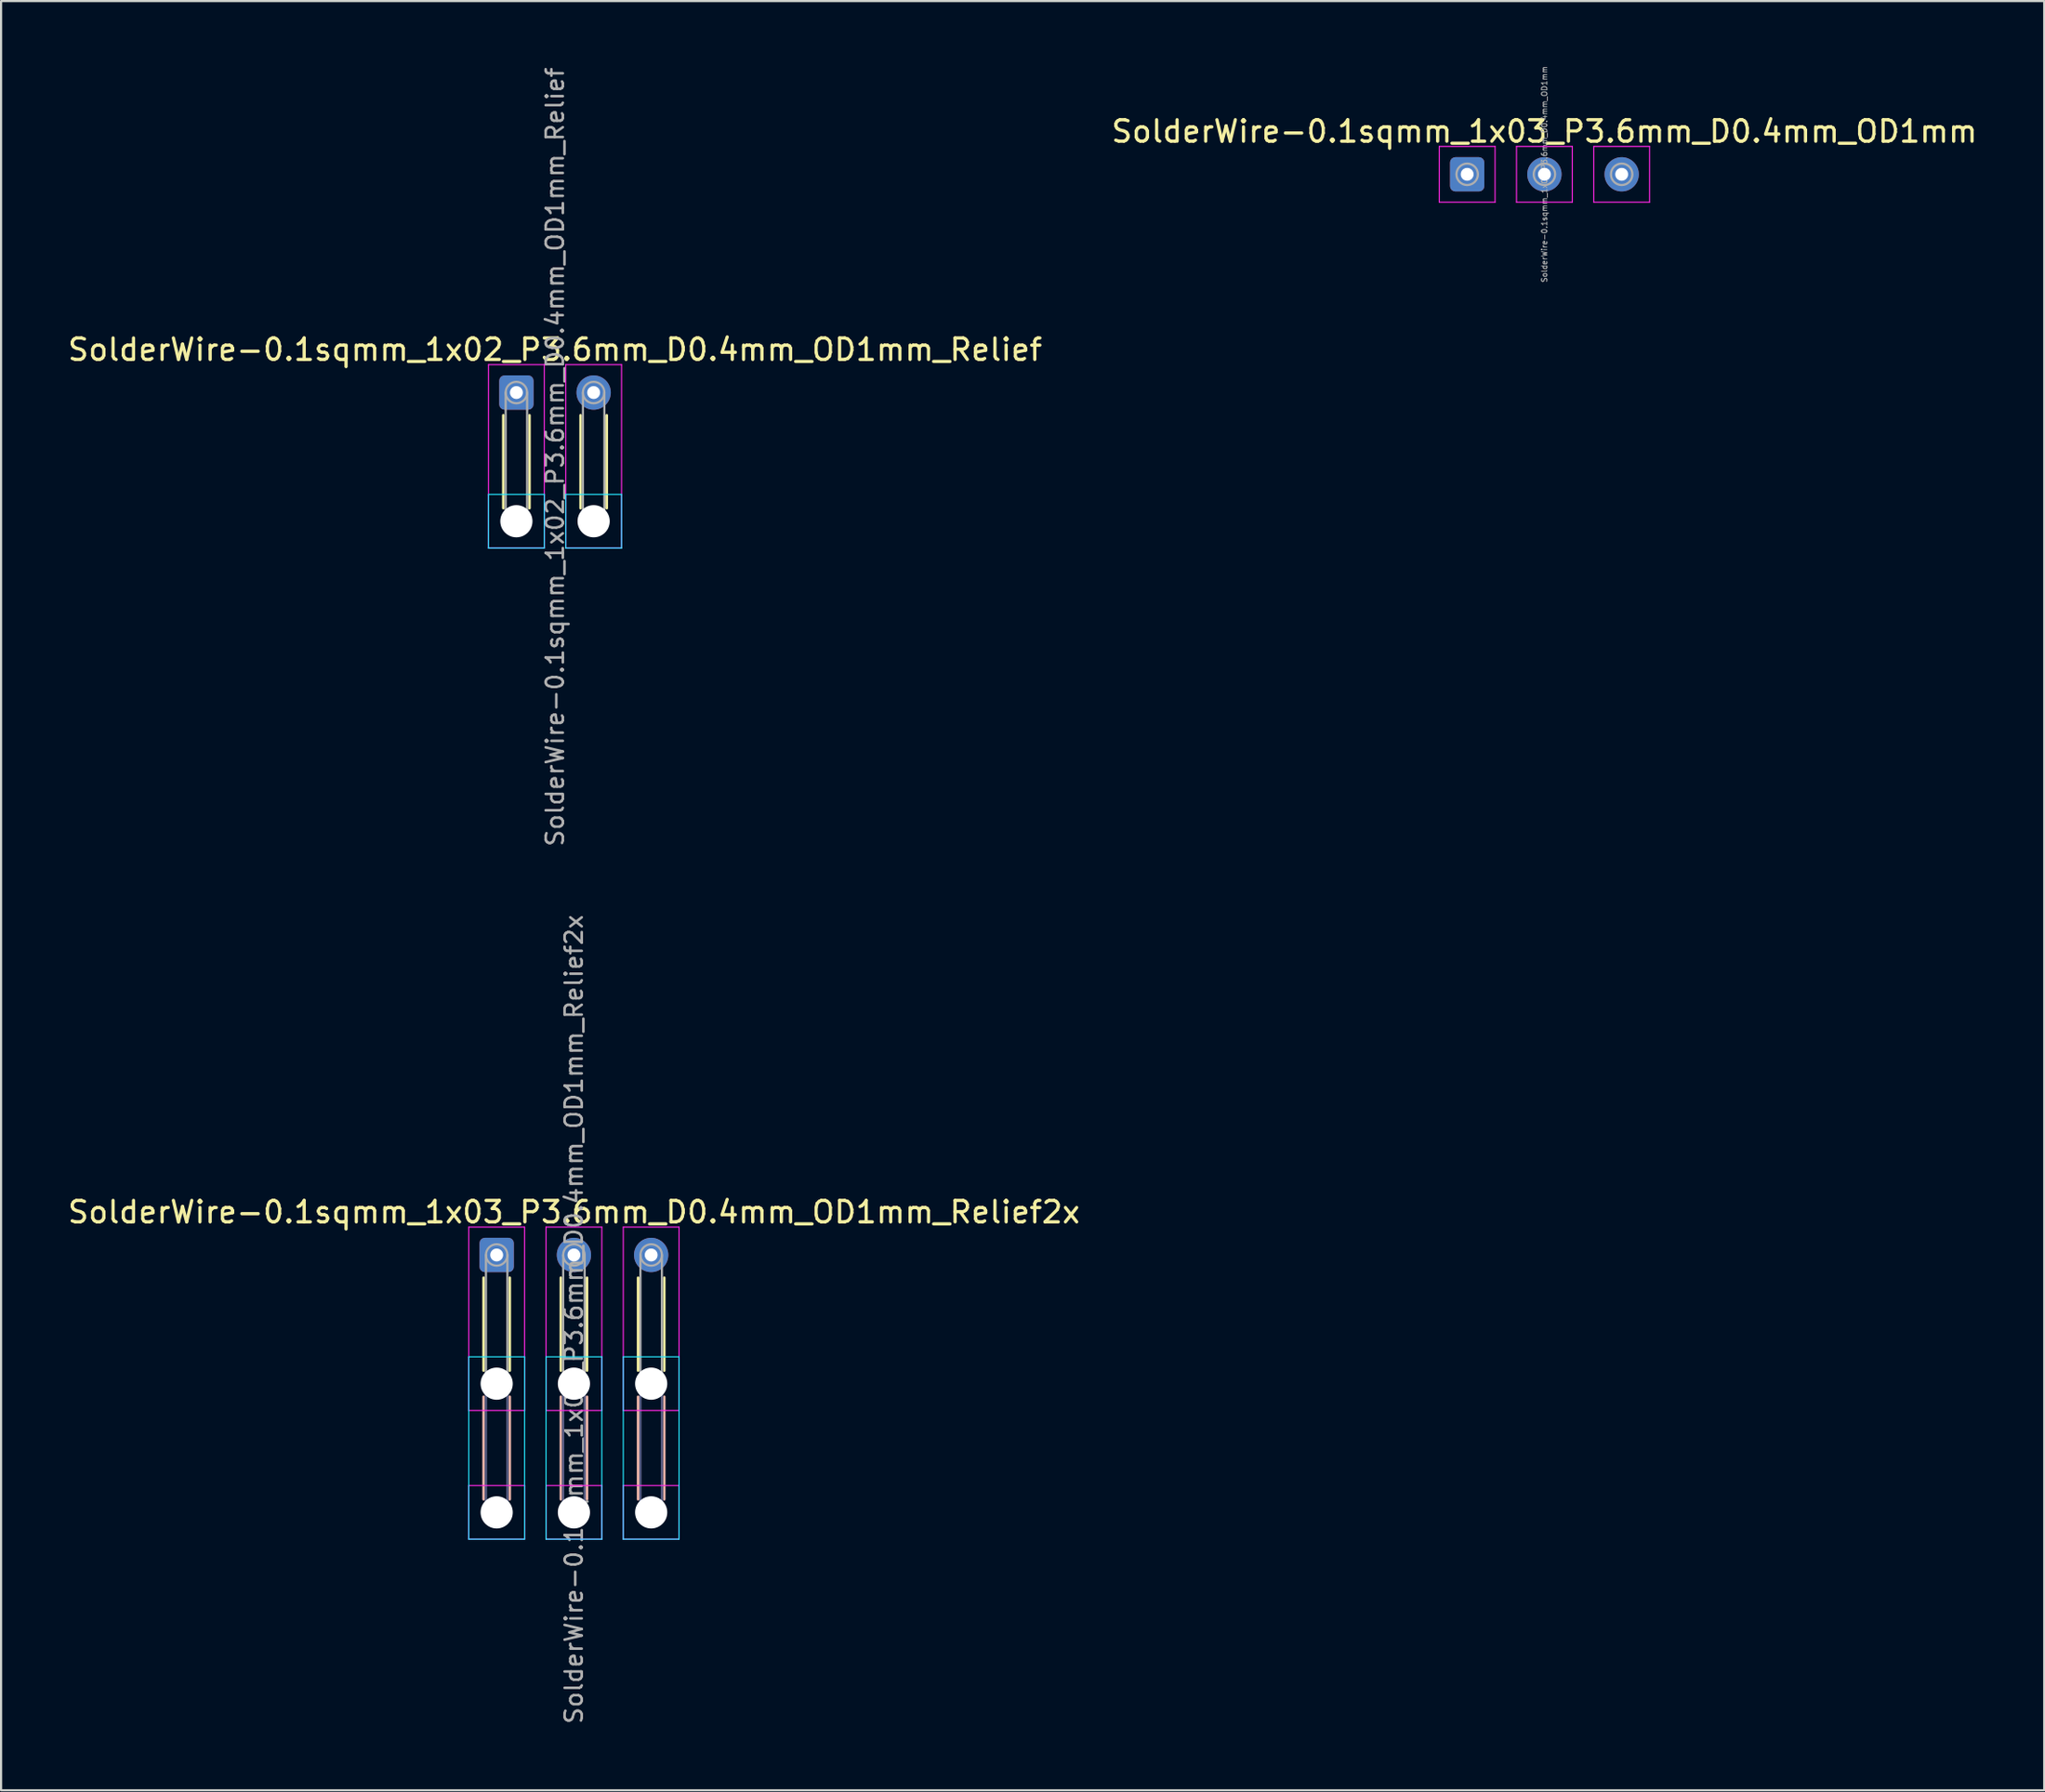
<source format=kicad_pcb>
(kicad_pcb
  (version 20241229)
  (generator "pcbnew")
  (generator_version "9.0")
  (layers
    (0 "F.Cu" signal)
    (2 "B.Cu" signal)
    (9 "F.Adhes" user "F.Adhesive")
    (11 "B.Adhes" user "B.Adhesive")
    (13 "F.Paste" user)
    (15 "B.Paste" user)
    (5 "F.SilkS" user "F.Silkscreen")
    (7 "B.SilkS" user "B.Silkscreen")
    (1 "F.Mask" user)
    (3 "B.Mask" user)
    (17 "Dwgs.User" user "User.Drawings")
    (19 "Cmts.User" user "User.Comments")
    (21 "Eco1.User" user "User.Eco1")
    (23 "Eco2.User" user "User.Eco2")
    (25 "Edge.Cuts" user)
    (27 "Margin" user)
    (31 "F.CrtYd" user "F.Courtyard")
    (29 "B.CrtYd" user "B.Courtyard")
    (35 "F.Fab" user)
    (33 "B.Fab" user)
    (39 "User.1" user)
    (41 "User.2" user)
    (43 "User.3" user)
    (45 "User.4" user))
  (footprint "SolderWire-0.1sqmm_1x03_P3.6mm_D0.4mm_OD1mm_Relief2x"
    (layer "F.Cu")
    (at 20.096 55.462)
    (property "Reference" "SolderWire-0.1sqmm_1x03_P3.6mm_D0.4mm_OD1mm_Relief2x" (at 3.6 -2 0) (layer "F.SilkS") (effects (font (size 1 1) (thickness 0.15))))
    (attr exclude_from_pos_files exclude_from_bom)
    (fp_line (start -0.61 1.06) (end -0.61 5.39) (stroke (width 0.12) (type solid)) (layer "F.SilkS"))
    (fp_line (start 0.61 1.06) (end 0.61 5.39) (stroke (width 0.12) (type solid)) (layer "F.SilkS"))
    (fp_line (start 2.99 1.06) (end 2.99 5.39) (stroke (width 0.12) (type solid)) (layer "F.SilkS"))
    (fp_line (start 4.21 1.06) (end 4.21 5.39) (stroke (width 0.12) (type solid)) (layer "F.SilkS"))
    (fp_line (start 6.59 1.06) (end 6.59 5.39) (stroke (width 0.12) (type solid)) (layer "F.SilkS"))
    (fp_line (start 7.81 1.06) (end 7.81 5.39) (stroke (width 0.12) (type solid)) (layer "F.SilkS"))
    (fp_line (start -0.61 6.61) (end -0.61 11.39) (stroke (width 0.12) (type solid)) (layer "B.SilkS"))
    (fp_line (start 0.61 6.61) (end 0.61 11.39) (stroke (width 0.12) (type solid)) (layer "B.SilkS"))
    (fp_line (start 2.99 6.61) (end 2.99 11.39) (stroke (width 0.12) (type solid)) (layer "B.SilkS"))
    (fp_line (start 4.21 6.61) (end 4.21 11.39) (stroke (width 0.12) (type solid)) (layer "B.SilkS"))
    (fp_line (start 6.59 6.61) (end 6.59 11.39) (stroke (width 0.12) (type solid)) (layer "B.SilkS"))
    (fp_line (start 7.81 6.61) (end 7.81 11.39) (stroke (width 0.12) (type solid)) (layer "B.SilkS"))
    (fp_line (start -1.3 4.75) (end -1.3 13.25) (stroke (width 0.05) (type solid)) (layer "B.CrtYd"))
    (fp_line (start -1.3 13.25) (end 1.3 13.25) (stroke (width 0.05) (type solid)) (layer "B.CrtYd"))
    (fp_line (start 1.3 4.75) (end -1.3 4.75) (stroke (width 0.05) (type solid)) (layer "B.CrtYd"))
    (fp_line (start 1.3 13.25) (end 1.3 4.75) (stroke (width 0.05) (type solid)) (layer "B.CrtYd"))
    (fp_line (start 2.3 4.75) (end 2.3 13.25) (stroke (width 0.05) (type solid)) (layer "B.CrtYd"))
    (fp_line (start 2.3 13.25) (end 4.9 13.25) (stroke (width 0.05) (type solid)) (layer "B.CrtYd"))
    (fp_line (start 4.9 4.75) (end 2.3 4.75) (stroke (width 0.05) (type solid)) (layer "B.CrtYd"))
    (fp_line (start 4.9 13.25) (end 4.9 4.75) (stroke (width 0.05) (type solid)) (layer "B.CrtYd"))
    (fp_line (start 5.9 4.75) (end 5.9 13.25) (stroke (width 0.05) (type solid)) (layer "B.CrtYd"))
    (fp_line (start 5.9 13.25) (end 8.5 13.25) (stroke (width 0.05) (type solid)) (layer "B.CrtYd"))
    (fp_line (start 8.5 4.75) (end 5.9 4.75) (stroke (width 0.05) (type solid)) (layer "B.CrtYd"))
    (fp_line (start 8.5 13.25) (end 8.5 4.75) (stroke (width 0.05) (type solid)) (layer "B.CrtYd"))
    (fp_line (start -1.3 -1.3) (end -1.3 7.25) (stroke (width 0.05) (type solid)) (layer "F.CrtYd"))
    (fp_line (start -1.3 7.25) (end 1.3 7.25) (stroke (width 0.05) (type solid)) (layer "F.CrtYd"))
    (fp_line (start -1.3 10.75) (end -1.3 13.25) (stroke (width 0.05) (type solid)) (layer "F.CrtYd"))
    (fp_line (start -1.3 13.25) (end 1.3 13.25) (stroke (width 0.05) (type solid)) (layer "F.CrtYd"))
    (fp_line (start 1.3 -1.3) (end -1.3 -1.3) (stroke (width 0.05) (type solid)) (layer "F.CrtYd"))
    (fp_line (start 1.3 7.25) (end 1.3 -1.3) (stroke (width 0.05) (type solid)) (layer "F.CrtYd"))
    (fp_line (start 1.3 10.75) (end -1.3 10.75) (stroke (width 0.05) (type solid)) (layer "F.CrtYd"))
    (fp_line (start 1.3 13.25) (end 1.3 10.75) (stroke (width 0.05) (type solid)) (layer "F.CrtYd"))
    (fp_line (start 2.3 -1.3) (end 2.3 7.25) (stroke (width 0.05) (type solid)) (layer "F.CrtYd"))
    (fp_line (start 2.3 7.25) (end 4.9 7.25) (stroke (width 0.05) (type solid)) (layer "F.CrtYd"))
    (fp_line (start 2.3 10.75) (end 2.3 13.25) (stroke (width 0.05) (type solid)) (layer "F.CrtYd"))
    (fp_line (start 2.3 13.25) (end 4.9 13.25) (stroke (width 0.05) (type solid)) (layer "F.CrtYd"))
    (fp_line (start 4.9 -1.3) (end 2.3 -1.3) (stroke (width 0.05) (type solid)) (layer "F.CrtYd"))
    (fp_line (start 4.9 7.25) (end 4.9 -1.3) (stroke (width 0.05) (type solid)) (layer "F.CrtYd"))
    (fp_line (start 4.9 10.75) (end 2.3 10.75) (stroke (width 0.05) (type solid)) (layer "F.CrtYd"))
    (fp_line (start 4.9 13.25) (end 4.9 10.75) (stroke (width 0.05) (type solid)) (layer "F.CrtYd"))
    (fp_line (start 5.9 -1.3) (end 5.9 7.25) (stroke (width 0.05) (type solid)) (layer "F.CrtYd"))
    (fp_line (start 5.9 7.25) (end 8.5 7.25) (stroke (width 0.05) (type solid)) (layer "F.CrtYd"))
    (fp_line (start 5.9 10.75) (end 5.9 13.25) (stroke (width 0.05) (type solid)) (layer "F.CrtYd"))
    (fp_line (start 5.9 13.25) (end 8.5 13.25) (stroke (width 0.05) (type solid)) (layer "F.CrtYd"))
    (fp_line (start 8.5 -1.3) (end 5.9 -1.3) (stroke (width 0.05) (type solid)) (layer "F.CrtYd"))
    (fp_line (start 8.5 7.25) (end 8.5 -1.3) (stroke (width 0.05) (type solid)) (layer "F.CrtYd"))
    (fp_line (start 8.5 10.75) (end 5.9 10.75) (stroke (width 0.05) (type solid)) (layer "F.CrtYd"))
    (fp_line (start 8.5 13.25) (end 8.5 10.75) (stroke (width 0.05) (type solid)) (layer "F.CrtYd"))
    (fp_line (start -0.5 6) (end -0.5 12) (stroke (width 0.1) (type solid)) (layer "B.Fab"))
    (fp_line (start 0.5 6) (end 0.5 12) (stroke (width 0.1) (type solid)) (layer "B.Fab"))
    (fp_line (start 3.1 6) (end 3.1 12) (stroke (width 0.1) (type solid)) (layer "B.Fab"))
    (fp_line (start 4.1 6) (end 4.1 12) (stroke (width 0.1) (type solid)) (layer "B.Fab"))
    (fp_line (start 6.7 6) (end 6.7 12) (stroke (width 0.1) (type solid)) (layer "B.Fab"))
    (fp_line (start 7.7 6) (end 7.7 12) (stroke (width 0.1) (type solid)) (layer "B.Fab"))
    (fp_circle (center 0 6) (end 0.5 6) (stroke (width 0.1) (type solid)) (fill no) (layer "B.Fab"))
    (fp_circle (center 0 12) (end 0.5 12) (stroke (width 0.1) (type solid)) (fill no) (layer "B.Fab"))
    (fp_circle (center 3.6 6) (end 4.1 6) (stroke (width 0.1) (type solid)) (fill no) (layer "B.Fab"))
    (fp_circle (center 3.6 12) (end 4.1 12) (stroke (width 0.1) (type solid)) (fill no) (layer "B.Fab"))
    (fp_circle (center 7.2 6) (end 7.7 6) (stroke (width 0.1) (type solid)) (fill no) (layer "B.Fab"))
    (fp_circle (center 7.2 12) (end 7.7 12) (stroke (width 0.1) (type solid)) (fill no) (layer "B.Fab"))
    (fp_line (start -0.5 0) (end -0.5 6) (stroke (width 0.1) (type solid)) (layer "F.Fab"))
    (fp_line (start 0.5 0) (end 0.5 6) (stroke (width 0.1) (type solid)) (layer "F.Fab"))
    (fp_line (start 3.1 0) (end 3.1 6) (stroke (width 0.1) (type solid)) (layer "F.Fab"))
    (fp_line (start 4.1 0) (end 4.1 6) (stroke (width 0.1) (type solid)) (layer "F.Fab"))
    (fp_line (start 6.7 0) (end 6.7 6) (stroke (width 0.1) (type solid)) (layer "F.Fab"))
    (fp_line (start 7.7 0) (end 7.7 6) (stroke (width 0.1) (type solid)) (layer "F.Fab"))
    (fp_circle (center 0 0) (end 0.5 0) (stroke (width 0.1) (type solid)) (fill no) (layer "F.Fab"))
    (fp_circle (center 0 6) (end 0.5 6) (stroke (width 0.1) (type solid)) (fill no) (layer "F.Fab"))
    (fp_circle (center 0 12) (end 0.5 12) (stroke (width 0.1) (type solid)) (fill no) (layer "F.Fab"))
    (fp_circle (center 3.6 0) (end 4.1 0) (stroke (width 0.1) (type solid)) (fill no) (layer "F.Fab"))
    (fp_circle (center 3.6 6) (end 4.1 6) (stroke (width 0.1) (type solid)) (fill no) (layer "F.Fab"))
    (fp_circle (center 3.6 12) (end 4.1 12) (stroke (width 0.1) (type solid)) (fill no) (layer "F.Fab"))
    (fp_circle (center 7.2 0) (end 7.7 0) (stroke (width 0.1) (type solid)) (fill no) (layer "F.Fab"))
    (fp_circle (center 7.2 6) (end 7.7 6) (stroke (width 0.1) (type solid)) (fill no) (layer "F.Fab"))
    (fp_circle (center 7.2 12) (end 7.7 12) (stroke (width 0.1) (type solid)) (fill no) (layer "F.Fab"))
    (fp_text user "${REFERENCE}" (at 3.6 3 90) (layer "F.Fab") (effects (font (size 0.8 0.8) (thickness 0.12))))
    (pad "" np_thru_hole circle (at 0 6) (size 1.5 1.5) (drill 1.5) (layers "*.Cu" "*.Mask"))
    (pad "" np_thru_hole circle (at 0 12) (size 1.5 1.5) (drill 1.5) (layers "*.Cu" "*.Mask"))
    (pad "" np_thru_hole circle (at 3.6 6) (size 1.5 1.5) (drill 1.5) (layers "*.Cu" "*.Mask"))
    (pad "" np_thru_hole circle (at 3.6 12) (size 1.5 1.5) (drill 1.5) (layers "*.Cu" "*.Mask"))
    (pad "" np_thru_hole circle (at 7.2 6) (size 1.5 1.5) (drill 1.5) (layers "*.Cu" "*.Mask"))
    (pad "" np_thru_hole circle (at 7.2 12) (size 1.5 1.5) (drill 1.5) (layers "*.Cu" "*.Mask"))
    (pad "1" thru_hole roundrect (at 0 0) (size 1.6 1.6) (drill 0.6) (layers "*.Cu" "*.Mask") (roundrect_rratio 0.156))
    (pad "2" thru_hole circle (at 3.6 0) (size 1.6 1.6) (drill 0.6) (layers "*.Cu" "*.Mask"))
    (pad "3" thru_hole circle (at 7.2 0) (size 1.6 1.6) (drill 0.6) (layers "*.Cu" "*.Mask")))
  (footprint "SolderWire-0.1sqmm_1x02_P3.6mm_D0.4mm_OD1mm_Relief"
    (layer "F.Cu")
    (at 21.015 15.252)
    (property "Reference" "SolderWire-0.1sqmm_1x02_P3.6mm_D0.4mm_OD1mm_Relief" (at 1.8 -2 0) (layer "F.SilkS") (effects (font (size 1 1) (thickness 0.15))))
    (attr exclude_from_pos_files exclude_from_bom)
    (fp_line (start -0.61 1.06) (end -0.61 5.39) (stroke (width 0.12) (type solid)) (layer "F.SilkS"))
    (fp_line (start 0.61 1.06) (end 0.61 5.39) (stroke (width 0.12) (type solid)) (layer "F.SilkS"))
    (fp_line (start 2.99 1.06) (end 2.99 5.39) (stroke (width 0.12) (type solid)) (layer "F.SilkS"))
    (fp_line (start 4.21 1.06) (end 4.21 5.39) (stroke (width 0.12) (type solid)) (layer "F.SilkS"))
    (fp_line (start -1.3 4.75) (end -1.3 7.25) (stroke (width 0.05) (type solid)) (layer "B.CrtYd"))
    (fp_line (start -1.3 7.25) (end 1.3 7.25) (stroke (width 0.05) (type solid)) (layer "B.CrtYd"))
    (fp_line (start 1.3 4.75) (end -1.3 4.75) (stroke (width 0.05) (type solid)) (layer "B.CrtYd"))
    (fp_line (start 1.3 7.25) (end 1.3 4.75) (stroke (width 0.05) (type solid)) (layer "B.CrtYd"))
    (fp_line (start 2.3 4.75) (end 2.3 7.25) (stroke (width 0.05) (type solid)) (layer "B.CrtYd"))
    (fp_line (start 2.3 7.25) (end 4.9 7.25) (stroke (width 0.05) (type solid)) (layer "B.CrtYd"))
    (fp_line (start 4.9 4.75) (end 2.3 4.75) (stroke (width 0.05) (type solid)) (layer "B.CrtYd"))
    (fp_line (start 4.9 7.25) (end 4.9 4.75) (stroke (width 0.05) (type solid)) (layer "B.CrtYd"))
    (fp_line (start -1.3 -1.3) (end -1.3 7.25) (stroke (width 0.05) (type solid)) (layer "F.CrtYd"))
    (fp_line (start -1.3 7.25) (end 1.3 7.25) (stroke (width 0.05) (type solid)) (layer "F.CrtYd"))
    (fp_line (start 1.3 -1.3) (end -1.3 -1.3) (stroke (width 0.05) (type solid)) (layer "F.CrtYd"))
    (fp_line (start 1.3 7.25) (end 1.3 -1.3) (stroke (width 0.05) (type solid)) (layer "F.CrtYd"))
    (fp_line (start 2.3 -1.3) (end 2.3 7.25) (stroke (width 0.05) (type solid)) (layer "F.CrtYd"))
    (fp_line (start 2.3 7.25) (end 4.9 7.25) (stroke (width 0.05) (type solid)) (layer "F.CrtYd"))
    (fp_line (start 4.9 -1.3) (end 2.3 -1.3) (stroke (width 0.05) (type solid)) (layer "F.CrtYd"))
    (fp_line (start 4.9 7.25) (end 4.9 -1.3) (stroke (width 0.05) (type solid)) (layer "F.CrtYd"))
    (fp_line (start -0.5 0) (end -0.5 6) (stroke (width 0.1) (type solid)) (layer "F.Fab"))
    (fp_line (start 0.5 0) (end 0.5 6) (stroke (width 0.1) (type solid)) (layer "F.Fab"))
    (fp_line (start 3.1 0) (end 3.1 6) (stroke (width 0.1) (type solid)) (layer "F.Fab"))
    (fp_line (start 4.1 0) (end 4.1 6) (stroke (width 0.1) (type solid)) (layer "F.Fab"))
    (fp_circle (center 0 0) (end 0.5 0) (stroke (width 0.1) (type solid)) (fill no) (layer "F.Fab"))
    (fp_circle (center 0 6) (end 0.5 6) (stroke (width 0.1) (type solid)) (fill no) (layer "F.Fab"))
    (fp_circle (center 3.6 0) (end 4.1 0) (stroke (width 0.1) (type solid)) (fill no) (layer "F.Fab"))
    (fp_circle (center 3.6 6) (end 4.1 6) (stroke (width 0.1) (type solid)) (fill no) (layer "F.Fab"))
    (fp_text user "${REFERENCE}" (at 1.8 3 90) (layer "F.Fab") (effects (font (size 0.8 0.8) (thickness 0.12))))
    (pad "" np_thru_hole circle (at 0 6) (size 1.5 1.5) (drill 1.5) (layers "*.Cu" "*.Mask"))
    (pad "" np_thru_hole circle (at 3.6 6) (size 1.5 1.5) (drill 1.5) (layers "*.Cu" "*.Mask"))
    (pad "1" thru_hole roundrect (at 0 0) (size 1.6 1.6) (drill 0.6) (layers "*.Cu" "*.Mask") (roundrect_rratio 0.156))
    (pad "2" thru_hole circle (at 3.6 0) (size 1.6 1.6) (drill 0.6) (layers "*.Cu" "*.Mask")))
  (footprint "SolderWire-0.1sqmm_1x03_P3.6mm_D0.4mm_OD1mm"
    (layer "F.Cu")
    (at 65.323 5.077)
    (property "Reference" "SolderWire-0.1sqmm_1x03_P3.6mm_D0.4mm_OD1mm" (at 3.6 -2 0) (layer "F.SilkS") (effects (font (size 1 1) (thickness 0.15))))
    (attr exclude_from_pos_files exclude_from_bom)
    (fp_line (start -1.3 -1.3) (end -1.3 1.3) (stroke (width 0.05) (type solid)) (layer "F.CrtYd"))
    (fp_line (start -1.3 1.3) (end 1.3 1.3) (stroke (width 0.05) (type solid)) (layer "F.CrtYd"))
    (fp_line (start 1.3 -1.3) (end -1.3 -1.3) (stroke (width 0.05) (type solid)) (layer "F.CrtYd"))
    (fp_line (start 1.3 1.3) (end 1.3 -1.3) (stroke (width 0.05) (type solid)) (layer "F.CrtYd"))
    (fp_line (start 2.3 -1.3) (end 2.3 1.3) (stroke (width 0.05) (type solid)) (layer "F.CrtYd"))
    (fp_line (start 2.3 1.3) (end 4.9 1.3) (stroke (width 0.05) (type solid)) (layer "F.CrtYd"))
    (fp_line (start 4.9 -1.3) (end 2.3 -1.3) (stroke (width 0.05) (type solid)) (layer "F.CrtYd"))
    (fp_line (start 4.9 1.3) (end 4.9 -1.3) (stroke (width 0.05) (type solid)) (layer "F.CrtYd"))
    (fp_line (start 5.9 -1.3) (end 5.9 1.3) (stroke (width 0.05) (type solid)) (layer "F.CrtYd"))
    (fp_line (start 5.9 1.3) (end 8.5 1.3) (stroke (width 0.05) (type solid)) (layer "F.CrtYd"))
    (fp_line (start 8.5 -1.3) (end 5.9 -1.3) (stroke (width 0.05) (type solid)) (layer "F.CrtYd"))
    (fp_line (start 8.5 1.3) (end 8.5 -1.3) (stroke (width 0.05) (type solid)) (layer "F.CrtYd"))
    (fp_circle (center 0 0) (end 0.5 0) (stroke (width 0.1) (type solid)) (fill no) (layer "F.Fab"))
    (fp_circle (center 3.6 0) (end 4.1 0) (stroke (width 0.1) (type solid)) (fill no) (layer "F.Fab"))
    (fp_circle (center 7.2 0) (end 7.7 0) (stroke (width 0.1) (type solid)) (fill no) (layer "F.Fab"))
    (fp_text user "${REFERENCE}" (at 3.6 0 90) (layer "F.Fab") (effects (font (size 0.25 0.25) (thickness 0.04))))
    (pad "1" thru_hole roundrect (at 0 0) (size 1.6 1.6) (drill 0.6) (layers "*.Cu" "*.Mask") (roundrect_rratio 0.156))
    (pad "2" thru_hole circle (at 3.6 0) (size 1.6 1.6) (drill 0.6) (layers "*.Cu" "*.Mask"))
    (pad "3" thru_hole circle (at 7.2 0) (size 1.6 1.6) (drill 0.6) (layers "*.Cu" "*.Mask")))
  (gr_rect
    (start -3 -3)
    (end 92.214 80.419)
    (stroke (width 0.1) (type default))
    (fill no)
    (layer "Edge.Cuts")))
</source>
